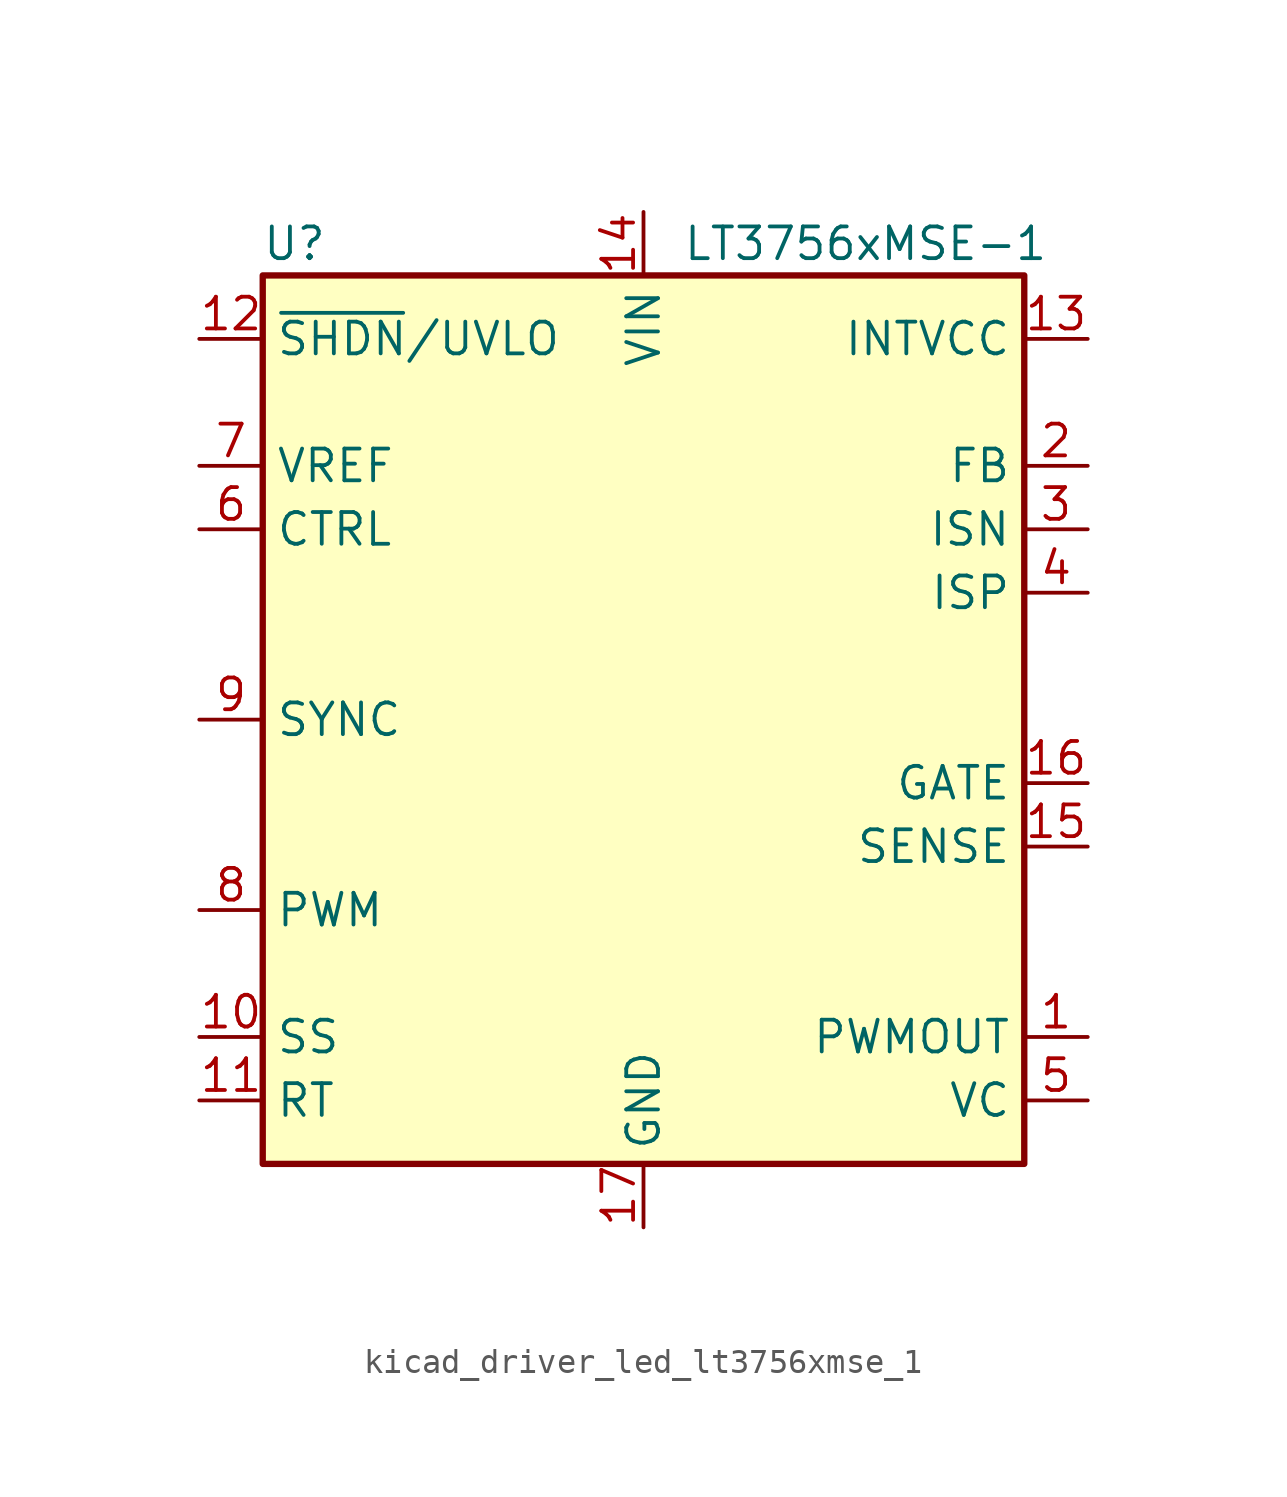
<source format=kicad_sym>
(kicad_symbol_lib
  (version 20220914)
  (generator kicad_symbol_editor)
  (symbol "kicad_driver_led_lt3756xmse_1"
    (property "Reference" "U"
      (at -13.97 19.05 0)
      (effects (font (size 1.27 1.27))))
    (property "Value" "LT3756xMSE-1"
      (at 8.89 19.05 0)
      (effects (font (size 1.27 1.27))))
    (symbol "kicad_driver_led_lt3756xmse_1_0_1"
      (rectangle (start -15.24 -17.78) (end 15.24 17.78) (stroke (width 0.254) (type default)) (fill (type background))))
    (symbol "kicad_driver_led_lt3756xmse_1_1_1"
      (pin output line (at 17.78 -12.7 180) (length 2.54) (name "PWMOUT" (effects (font (size 1.27 1.27)))) (number "1" (effects (font (size 1.27 1.27)))))
      (pin input line (at -17.78 -12.7 0) (length 2.54) (name "SS" (effects (font (size 1.27 1.27)))) (number "10" (effects (font (size 1.27 1.27)))))
      (pin input line (at -17.78 -15.24 0) (length 2.54) (name "RT" (effects (font (size 1.27 1.27)))) (number "11" (effects (font (size 1.27 1.27)))))
      (pin input line (at -17.78 15.24 0) (length 2.54) (name "~{SHDN}/UVLO" (effects (font (size 1.27 1.27)))) (number "12" (effects (font (size 1.27 1.27)))))
      (pin power_out line (at 17.78 15.24 180) (length 2.54) (name "INTVCC" (effects (font (size 1.27 1.27)))) (number "13" (effects (font (size 1.27 1.27)))))
      (pin power_in line (at 0 20.32 270) (length 2.54) (name "VIN" (effects (font (size 1.27 1.27)))) (number "14" (effects (font (size 1.27 1.27)))))
      (pin input line (at 17.78 -5.08 180) (length 2.54) (name "SENSE" (effects (font (size 1.27 1.27)))) (number "15" (effects (font (size 1.27 1.27)))))
      (pin output line (at 17.78 -2.54 180) (length 2.54) (name "GATE" (effects (font (size 1.27 1.27)))) (number "16" (effects (font (size 1.27 1.27)))))
      (pin power_in line (at 0 -20.32 90) (length 2.54) (name "GND" (effects (font (size 1.27 1.27)))) (number "17" (effects (font (size 1.27 1.27)))))
      (pin input line (at 17.78 10.16 180) (length 2.54) (name "FB" (effects (font (size 1.27 1.27)))) (number "2" (effects (font (size 1.27 1.27)))))
      (pin input line (at 17.78 7.62 180) (length 2.54) (name "ISN" (effects (font (size 1.27 1.27)))) (number "3" (effects (font (size 1.27 1.27)))))
      (pin input line (at 17.78 5.08 180) (length 2.54) (name "ISP" (effects (font (size 1.27 1.27)))) (number "4" (effects (font (size 1.27 1.27)))))
      (pin output line (at 17.78 -15.24 180) (length 2.54) (name "VC" (effects (font (size 1.27 1.27)))) (number "5" (effects (font (size 1.27 1.27)))))
      (pin input line (at -17.78 7.62 0) (length 2.54) (name "CTRL" (effects (font (size 1.27 1.27)))) (number "6" (effects (font (size 1.27 1.27)))))
      (pin output line (at -17.78 10.16 0) (length 2.54) (name "VREF" (effects (font (size 1.27 1.27)))) (number "7" (effects (font (size 1.27 1.27)))))
      (pin input line (at -17.78 -7.62 0) (length 2.54) (name "PWM" (effects (font (size 1.27 1.27)))) (number "8" (effects (font (size 1.27 1.27)))))
      (pin input line (at -17.78 0 0) (length 2.54) (name "SYNC" (effects (font (size 1.27 1.27)))) (number "9" (effects (font (size 1.27 1.27))))))))
</source>
